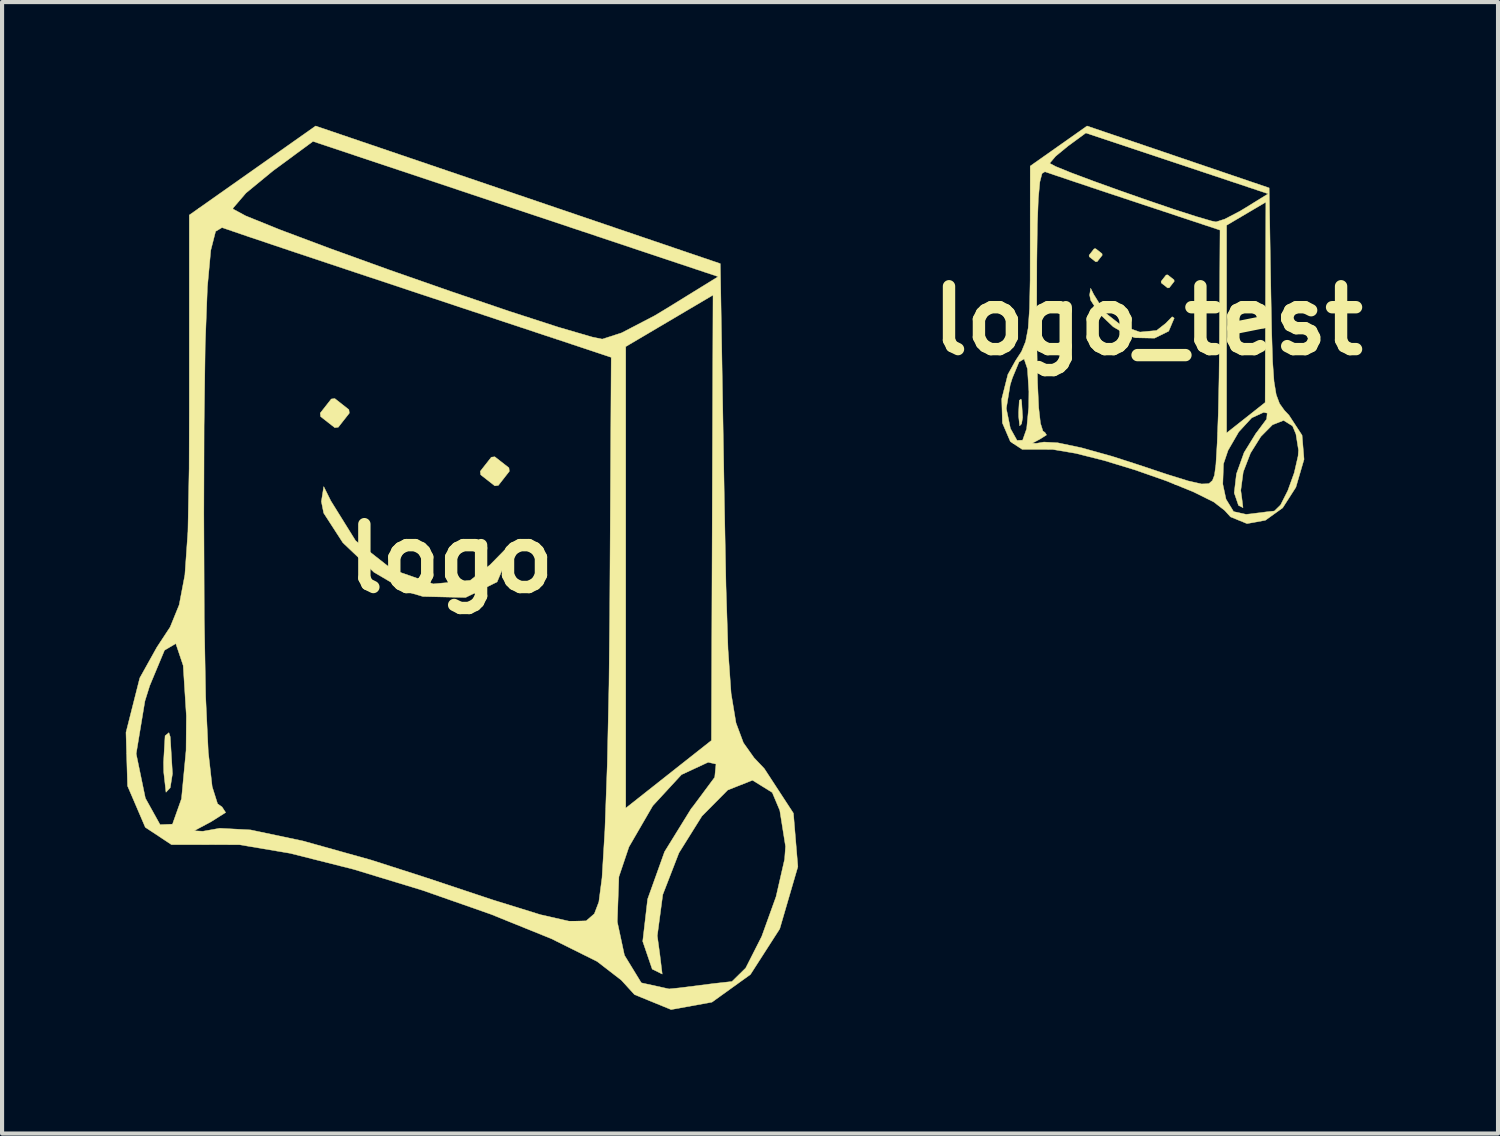
<source format=kicad_pcb>
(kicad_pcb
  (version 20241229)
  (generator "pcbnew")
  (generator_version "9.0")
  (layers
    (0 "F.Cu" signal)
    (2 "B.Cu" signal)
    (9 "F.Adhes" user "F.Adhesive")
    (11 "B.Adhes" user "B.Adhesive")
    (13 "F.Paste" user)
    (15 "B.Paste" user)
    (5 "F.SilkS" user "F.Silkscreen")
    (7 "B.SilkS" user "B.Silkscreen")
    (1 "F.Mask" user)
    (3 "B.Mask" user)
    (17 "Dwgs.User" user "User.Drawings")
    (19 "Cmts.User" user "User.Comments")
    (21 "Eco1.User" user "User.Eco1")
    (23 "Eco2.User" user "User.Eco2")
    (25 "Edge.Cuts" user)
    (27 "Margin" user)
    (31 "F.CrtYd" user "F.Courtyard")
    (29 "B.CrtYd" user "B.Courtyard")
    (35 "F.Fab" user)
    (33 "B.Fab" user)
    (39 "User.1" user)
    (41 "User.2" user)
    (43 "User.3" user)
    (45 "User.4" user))
  (footprint "logo_test"
    (layer "F.Cu")
    (at 24.788 4.726)
    (property "Reference" "logo_test" (at 0 0 0) (layer "F.SilkS") (effects (font (size 1.524 1.524) (thickness 0.3))))
    (attr through_hole)
    (fp_poly (pts (xy -3.066 1.945) (xy -3.041 2.347) (xy -3.066 2.5) (xy -3.112 2.55) (xy -3.137 2.33) (xy -3.138 2.223) (xy -3.122 1.934) (xy -3.08 1.9) (xy -3.066 1.945)) (stroke (width 0.01) (type solid)) (fill yes) (layer "F.SilkS"))
    (fp_poly (pts (xy -1.116 -1.625) (xy -1.111 -1.587) (xy -1.232 -1.433) (xy -1.27 -1.429) (xy -1.424 -1.55) (xy -1.429 -1.587) (xy -1.308 -1.742) (xy -1.27 -1.746) (xy -1.116 -1.625)) (stroke (width 0.01) (type solid)) (fill yes) (layer "F.SilkS"))
    (fp_poly (pts (xy 0.63 -0.99) (xy 0.635 -0.953) (xy 0.514 -0.798) (xy 0.476 -0.794) (xy 0.322 -0.915) (xy 0.318 -0.953) (xy 0.438 -1.107) (xy 0.476 -1.111) (xy 0.63 -0.99)) (stroke (width 0.01) (type solid)) (fill yes) (layer "F.SilkS"))
    (fp_poly (pts (xy -1.318 -0.639) (xy -1.316 -0.635) (xy -1.043 -0.195) (xy -0.641 0.121) (xy -0.196 0.276) (xy 0.207 0.238) (xy 0.425 0.068) (xy 0.585 -0.095) (xy 0.635 -0.062) (xy 0.501 0.255) (xy 0.158 0.424) (xy -0.308 0.414) (xy -0.476 0.364) (xy -0.843 0.149) (xy -1.182 -0.173) (xy -1.391 -0.497) (xy -1.416 -0.623) (xy -1.391 -0.786) (xy -1.318 -0.639)) (stroke (width 0.01) (type solid)) (fill yes) (layer "F.SilkS"))
    (fp_poly (pts (xy 0.729 -3.97) (xy 2.937 -3.219) (xy 2.98 -0.66) (xy 2.999 0.297) (xy 3.021 0.99) (xy 3.055 1.471) (xy 3.108 1.793) (xy 3.189 2.01) (xy 3.306 2.174) (xy 3.417 2.291) (xy 3.735 2.778) (xy 3.783 3.362) (xy 3.585 4.04) (xy 3.265 4.539) (xy 2.846 4.84) (xy 2.4 4.921) (xy 2.001 4.758) (xy 1.857 4.6) (xy 1.593 4.396) (xy 1.093 4.148) (xy 0.636 3.963) (xy 1.813 3.963) (xy 1.891 4.328) (xy 2.075 4.629) (xy 2.378 4.696) (xy 2.493 4.684) (xy 2.862 4.637) (xy 3.064 4.615) (xy 3.214 4.468) (xy 3.389 4.122) (xy 3.545 3.689) (xy 3.639 3.28) (xy 3.649 3.14) (xy 3.586 2.748) (xy 3.504 2.553) (xy 3.288 2.419) (xy 3.018 2.525) (xy 2.736 2.81) (xy 2.485 3.211) (xy 2.309 3.667) (xy 2.249 4.115) (xy 2.277 4.32) (xy 2.303 4.534) (xy 2.194 4.48) (xy 2.09 4.176) (xy 2.144 3.715) (xy 2.329 3.198) (xy 2.619 2.728) (xy 2.64 2.703) (xy 2.876 2.386) (xy 2.89 2.242) (xy 2.804 2.223) (xy 2.513 2.357) (xy 2.2 2.697) (xy 1.94 3.146) (xy 1.83 3.472) (xy 1.813 3.963) (xy 0.636 3.963) (xy 0.433 3.881) (xy -0.312 3.62) (xy -1.067 3.39) (xy -1.757 3.216) (xy -2.308 3.123) (xy -2.589 3.121) (xy -3.051 3.121) (xy -3.281 2.97) (xy -2.804 2.97) (xy -2.71 2.975) (xy -2.525 2.943) (xy -2.189 2.961) (xy -1.617 3.081) (xy -0.872 3.289) (xy -0.303 3.472) (xy 0.46 3.726) (xy 0.975 3.886) (xy 1.295 3.959) (xy 1.473 3.953) (xy 1.562 3.875) (xy 1.611 3.747) (xy 1.646 3.484) (xy 1.677 2.962) (xy 1.704 2.24) (xy 1.722 1.378) (xy 1.73 0.608) (xy 1.746 -2.196) (xy 1.395 -2.313) (xy 1.905 -2.313) (xy 1.905 2.723) (xy 2.372 2.354) (xy 2.84 1.984) (xy 2.857 -2.875) (xy 1.905 -2.313) (xy 1.395 -2.313) (xy -0.278 -2.868) (xy -1.041 -3.121) (xy -1.704 -3.343) (xy -2.203 -3.511) (xy -2.477 -3.604) (xy -2.5 -3.612) (xy -2.57 -3.57) (xy -2.623 -3.365) (xy -2.66 -2.964) (xy -2.684 -2.336) (xy -2.696 -1.448) (xy -2.699 -0.493) (xy -2.694 0.65) (xy -2.679 1.507) (xy -2.651 2.109) (xy -2.608 2.488) (xy -2.549 2.676) (xy -2.5 2.71) (xy -2.461 2.771) (xy -2.619 2.871) (xy -2.804 2.97) (xy -3.281 2.97) (xy -3.338 2.932) (xy -3.531 2.481) (xy -3.541 2.129) (xy -3.437 2.129) (xy -3.337 2.614) (xy -3.176 2.903) (xy -3.041 2.898) (xy -2.943 2.62) (xy -2.893 2.093) (xy -2.889 1.717) (xy -2.924 1.167) (xy -3.005 0.927) (xy -3.128 1.001) (xy -3.289 1.388) (xy -3.342 1.554) (xy -3.437 2.129) (xy -3.541 2.129) (xy -3.548 1.897) (xy -3.398 1.303) (xy -3.211 0.967) (xy -3.067 0.747) (xy -2.968 0.505) (xy -2.906 0.178) (xy -2.873 -0.297) (xy -2.859 -0.981) (xy -2.858 -1.63) (xy -2.857 -3.749) (xy -2.764 -3.815) (xy -2.381 -3.815) (xy -2.242 -3.74) (xy -1.868 -3.588) (xy -1.326 -3.385) (xy -0.685 -3.154) (xy -0.011 -2.918) (xy 0.629 -2.7) (xy 1.168 -2.526) (xy 1.538 -2.418) (xy 1.648 -2.395) (xy 1.86 -2.463) (xy 2.221 -2.651) (xy 2.351 -2.729) (xy 2.914 -3.077) (xy 0.703 -3.815) (xy -1.508 -4.552) (xy -1.945 -4.231) (xy -2.239 -3.989) (xy -2.379 -3.825) (xy -2.381 -3.815) (xy -2.764 -3.815) (xy -1.479 -4.721) (xy 0.729 -3.97)) (stroke (width 0.01) (type solid)) (fill yes) (layer "F.SilkS")))
  (footprint "logo"
    (layer "F.Cu")
    (at 7.89 10.495)
    (property "Reference" "logo" (at 0 0 0) (layer "F.SilkS") (effects (font (size 1.524 1.524) (thickness 0.3))))
    (attr through_hole)
    (fp_poly (pts (xy -6.812 4.322) (xy -6.758 5.216) (xy -6.812 5.556) (xy -6.915 5.666) (xy -6.97 5.178) (xy -6.974 4.939) (xy -6.937 4.297) (xy -6.845 4.221) (xy -6.812 4.322)) (stroke (width 0.01) (type solid)) (fill yes) (layer "F.SilkS"))
    (fp_poly (pts (xy -2.48 -3.612) (xy -2.469 -3.528) (xy -2.738 -3.185) (xy -2.822 -3.175) (xy -3.165 -3.443) (xy -3.175 -3.528) (xy -2.907 -3.87) (xy -2.822 -3.881) (xy -2.48 -3.612)) (stroke (width 0.01) (type solid)) (fill yes) (layer "F.SilkS"))
    (fp_poly (pts (xy 1.401 -2.201) (xy 1.411 -2.117) (xy 1.143 -1.774) (xy 1.058 -1.764) (xy 0.716 -2.032) (xy 0.706 -2.117) (xy 0.974 -2.459) (xy 1.058 -2.469) (xy 1.401 -2.201)) (stroke (width 0.01) (type solid)) (fill yes) (layer "F.SilkS"))
    (fp_poly (pts (xy -2.928 -1.42) (xy -2.925 -1.411) (xy -2.317 -0.433) (xy -1.424 0.268) (xy -0.434 0.614) (xy 0.46 0.53) (xy 0.944 0.151) (xy 1.3 -0.212) (xy 1.411 -0.138) (xy 1.114 0.566) (xy 0.351 0.943) (xy -0.685 0.919) (xy -1.058 0.809) (xy -1.874 0.33) (xy -2.626 -0.385) (xy -3.091 -1.104) (xy -3.147 -1.384) (xy -3.09 -1.746) (xy -2.928 -1.42)) (stroke (width 0.01) (type solid)) (fill yes) (layer "F.SilkS"))
    (fp_poly (pts (xy 1.62 -8.821) (xy 6.526 -7.152) (xy 6.623 -1.467) (xy 6.664 0.66) (xy 6.713 2.199) (xy 6.788 3.268) (xy 6.907 3.985) (xy 7.087 4.467) (xy 7.346 4.832) (xy 7.593 5.092) (xy 8.299 6.174) (xy 8.407 7.471) (xy 7.967 8.979) (xy 7.256 10.086) (xy 6.324 10.756) (xy 5.333 10.936) (xy 4.446 10.573) (xy 4.127 10.223) (xy 3.539 9.769) (xy 2.429 9.217) (xy 1.412 8.806) (xy 4.028 8.806) (xy 4.202 9.618) (xy 4.611 10.287) (xy 5.284 10.435) (xy 5.539 10.409) (xy 6.359 10.305) (xy 6.809 10.255) (xy 7.142 9.928) (xy 7.531 9.161) (xy 7.878 8.198) (xy 8.086 7.289) (xy 8.108 6.979) (xy 7.969 6.107) (xy 7.786 5.672) (xy 7.307 5.375) (xy 6.707 5.612) (xy 6.08 6.245) (xy 5.523 7.137) (xy 5.131 8.149) (xy 4.998 9.146) (xy 5.06 9.599) (xy 5.118 10.075) (xy 4.875 9.955) (xy 4.645 9.281) (xy 4.764 8.256) (xy 5.175 7.108) (xy 5.821 6.063) (xy 5.866 6.008) (xy 6.391 5.302) (xy 6.422 4.982) (xy 6.231 4.939) (xy 5.585 5.239) (xy 4.889 5.994) (xy 4.311 6.991) (xy 4.067 7.716) (xy 4.028 8.806) (xy 1.412 8.806) (xy 0.963 8.624) (xy -0.693 8.044) (xy -2.371 7.533) (xy -3.905 7.146) (xy -5.129 6.939) (xy -5.753 6.936) (xy -6.781 6.937) (xy -7.29 6.6) (xy -6.232 6.6) (xy -6.021 6.612) (xy -5.611 6.539) (xy -4.864 6.579) (xy -3.594 6.847) (xy -1.938 7.31) (xy -0.673 7.716) (xy 1.022 8.28) (xy 2.167 8.635) (xy 2.878 8.797) (xy 3.274 8.784) (xy 3.472 8.612) (xy 3.581 8.326) (xy 3.658 7.741) (xy 3.728 6.582) (xy 3.786 4.979) (xy 3.827 3.062) (xy 3.845 1.352) (xy 3.881 -4.88) (xy 3.1 -5.14) (xy 4.233 -5.14) (xy 4.233 6.051) (xy 5.272 5.23) (xy 6.311 4.41) (xy 6.35 -6.39) (xy 4.233 -5.14) (xy 3.1 -5.14) (xy -0.617 -6.373) (xy -2.314 -6.937) (xy -3.787 -7.428) (xy -4.897 -7.801) (xy -5.505 -8.009) (xy -5.556 -8.027) (xy -5.712 -7.934) (xy -5.829 -7.477) (xy -5.911 -6.586) (xy -5.964 -5.19) (xy -5.991 -3.218) (xy -5.997 -1.096) (xy -5.987 1.444) (xy -5.953 3.348) (xy -5.89 4.687) (xy -5.795 5.53) (xy -5.664 5.946) (xy -5.556 6.022) (xy -5.468 6.157) (xy -5.821 6.38) (xy -6.232 6.6) (xy -7.29 6.6) (xy -7.417 6.516) (xy -7.847 5.514) (xy -7.87 4.732) (xy -7.638 4.732) (xy -7.415 5.809) (xy -7.058 6.452) (xy -6.758 6.44) (xy -6.539 5.823) (xy -6.428 4.65) (xy -6.421 3.815) (xy -6.498 2.593) (xy -6.677 2.061) (xy -6.951 2.223) (xy -7.31 3.084) (xy -7.426 3.454) (xy -7.638 4.732) (xy -7.87 4.732) (xy -7.885 4.215) (xy -7.551 2.895) (xy -7.136 2.15) (xy -6.814 1.66) (xy -6.595 1.121) (xy -6.457 0.395) (xy -6.383 -0.66) (xy -6.354 -2.181) (xy -6.35 -3.622) (xy -6.35 -8.331) (xy -6.141 -8.478) (xy -5.292 -8.478) (xy -4.981 -8.31) (xy -4.15 -7.974) (xy -2.948 -7.523) (xy -1.523 -7.008) (xy -0.024 -6.484) (xy 1.398 -6.001) (xy 2.595 -5.613) (xy 3.417 -5.373) (xy 3.663 -5.322) (xy 4.134 -5.474) (xy 4.935 -5.891) (xy 5.224 -6.065) (xy 6.475 -6.837) (xy -3.351 -10.117) (xy -4.322 -9.402) (xy -4.975 -8.865) (xy -5.287 -8.501) (xy -5.292 -8.478) (xy -6.141 -8.478) (xy -3.287 -10.49) (xy 1.62 -8.821)) (stroke (width 0.01) (type solid)) (fill yes) (layer "F.SilkS")))
  (gr_rect
    (start -3 -3)
    (end 33.275 24.436)
    (stroke (width 0.1) (type default))
    (fill no)
    (layer "Edge.Cuts")))
</source>
